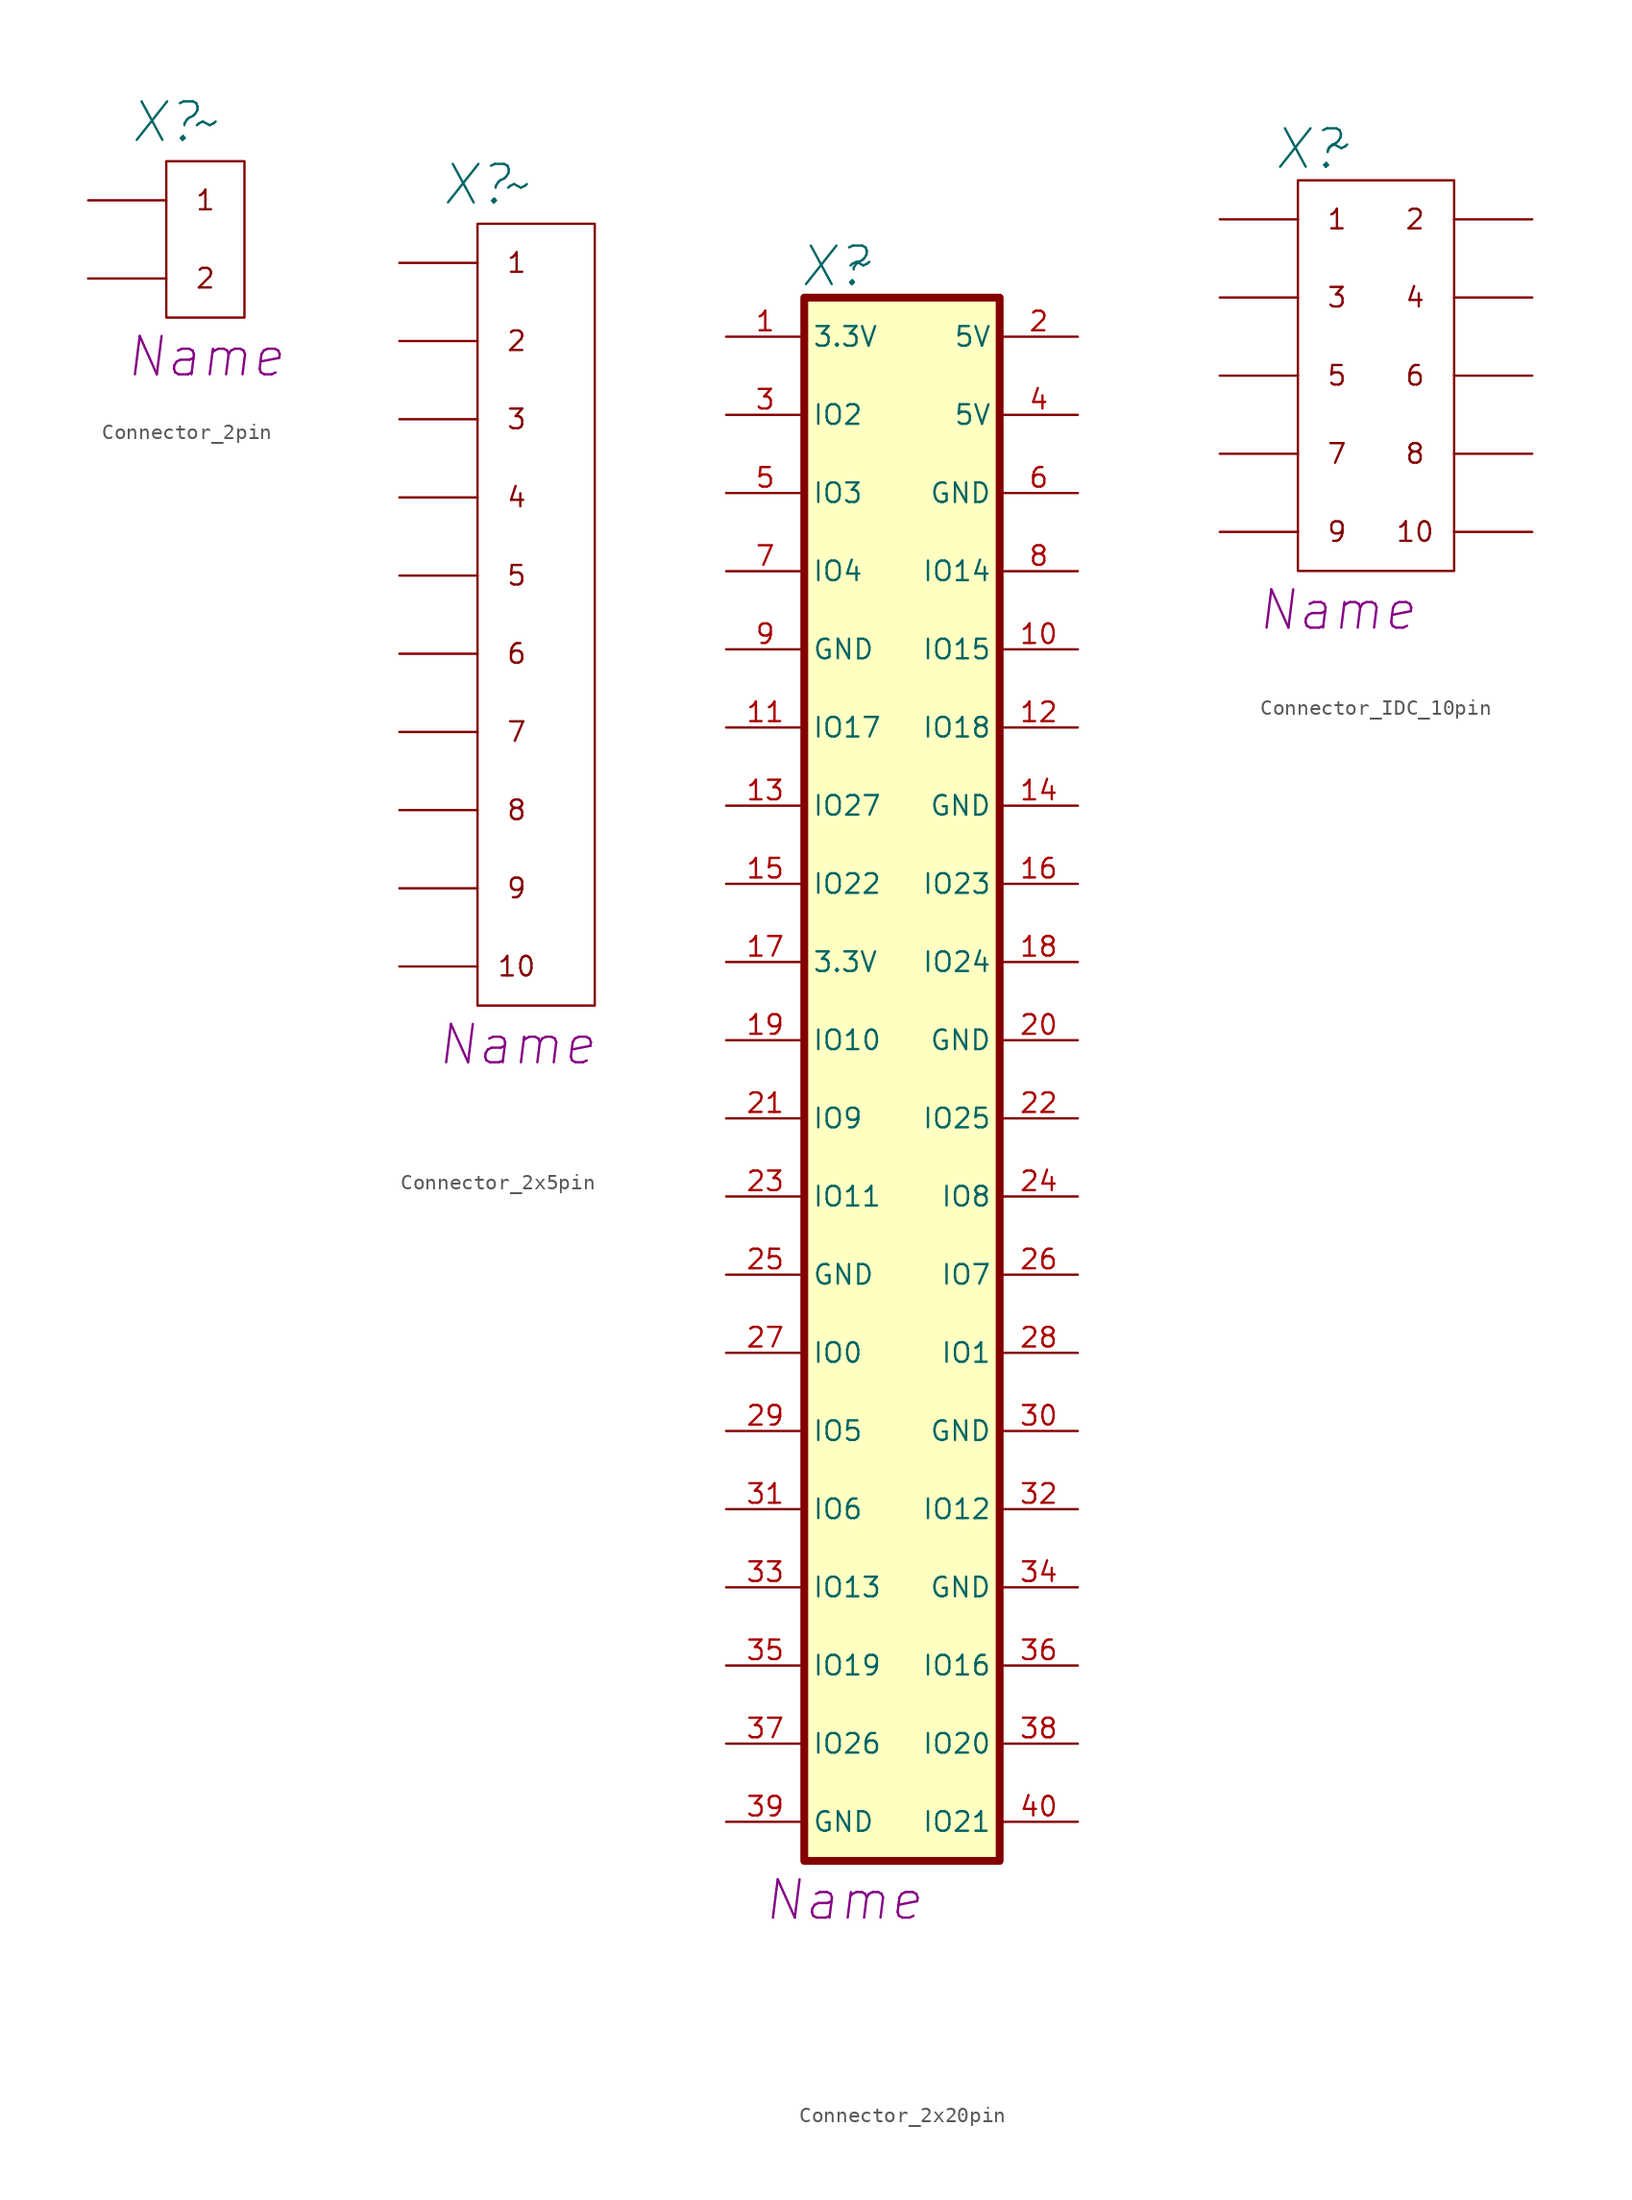
<source format=kicad_sym>
(kicad_symbol_lib
  (version 20241209)
  (generator "kicad_symbol_editor")
  (generator_version "9.0")
  (symbol "Connector_2pin"
    (pin_numbers
      (hide yes))
    (pin_names
      (offset 0.025)
      (hide yes))
    (property "Reference" "X"
      (at -2.54 5.08 0)
      (effects (font (size 2.5 2.5) (italic yes))))
    (property "Value" "~"
      (at 0 5.08 0)
      (effects (font (size 2.5 2.5) (italic yes))))
    (property "Name" "Name"
      (at 0 -10.16 0)
      (effects (font (size 2.489 2.489) (italic yes))))
    (symbol "Connector_2pin_0_0"
      (polyline (pts (xy -2.54 2.54) (xy 2.54 2.54) (xy 2.54 -7.62) (xy -2.54 -7.62) (xy -2.54 2.54)) (stroke (width 0) (type solid)) (fill (type none)))
      (text "1" (at 0 0 0) (effects (font (size 1.27 1.27))))
      (text "2" (at 0 -5.08 0) (effects (font (size 1.27 1.27)))))
    (symbol "Connector_2pin_1_1"
      (pin passive line (at -7.62 0 0) (length 5.08) (name "1" (effects (font (size 1.27 1.27)))) (number "1" (effects (font (size 1.27 1.27)))))
      (pin passive line (at -7.62 -5.08 0) (length 5.08) (name "2" (effects (font (size 1.27 1.27)))) (number "2" (effects (font (size 1.27 1.27)))))))
  (symbol "Connector_2x5pin"
    (pin_numbers
      (hide yes))
    (pin_names
      (offset 0.025)
      (hide yes))
    (property "Reference" "X"
      (at -2.54 15.24 0)
      (effects (font (size 2.5 2.5) (italic yes))))
    (property "Value" "~"
      (at 0 15.24 0)
      (effects (font (size 2.5 2.5) (italic yes))))
    (property "ConnectorName" "Name"
      (at 0 -40.64 0)
      (effects (font (size 2.489 2.489) (italic yes))))
    (symbol "Connector_2x5pin_0_0"
      (rectangle (start -2.54 12.7) (end 5.08 -38.1) (stroke (width 0) (type solid)) (fill (type none)))
      (text "1" (at 0 10.16 0) (effects (font (size 1.27 1.27))))
      (text "2" (at 0 5.08 0) (effects (font (size 1.27 1.27))))
      (text "4" (at 0 -5.08 0) (effects (font (size 1.27 1.27))))
      (text "5" (at 0 -10.16 0) (effects (font (size 1.27 1.27))))
      (text "6" (at 0 -15.24 0) (effects (font (size 1.27 1.27))))
      (text "7" (at 0 -20.32 0) (effects (font (size 1.27 1.27))))
      (text "8" (at 0 -25.4 0) (effects (font (size 1.27 1.27))))
      (text "9" (at 0 -30.48 0) (effects (font (size 1.27 1.27))))
      (text "10" (at 0 -35.56 0) (effects (font (size 1.27 1.27)))))
    (symbol "Connector_2x5pin_1_0"
      (text "3" (at 0 0 0) (effects (font (size 1.27 1.27)))))
    (symbol "Connector_2x5pin_1_1"
      (pin passive line (at -7.62 10.16 0) (length 5.08) (name "1" (effects (font (size 1.27 1.27)))) (number "1" (effects (font (size 1.27 1.27)))))
      (pin passive line (at -7.62 5.08 0) (length 5.08) (name "2" (effects (font (size 1.27 1.27)))) (number "2" (effects (font (size 1.27 1.27)))))
      (pin passive line (at -7.62 0 0) (length 5.08) (name "3" (effects (font (size 1.27 1.27)))) (number "3" (effects (font (size 1.27 1.27)))))
      (pin passive line (at -7.62 -5.08 0) (length 5.08) (name "4" (effects (font (size 1.27 1.27)))) (number "4" (effects (font (size 1.27 1.27)))))
      (pin passive line (at -7.62 -10.16 0) (length 5.08) (name "5" (effects (font (size 1.27 1.27)))) (number "5" (effects (font (size 1.27 1.27)))))
      (pin passive line (at -7.62 -15.24 0) (length 5.08) (name "6" (effects (font (size 1.27 1.27)))) (number "6" (effects (font (size 1.27 1.27)))))
      (pin passive line (at -7.62 -20.32 0) (length 5.08) (name "7" (effects (font (size 1.27 1.27)))) (number "7" (effects (font (size 1.27 1.27)))))
      (pin passive line (at -7.62 -25.4 0) (length 5.08) (name "8" (effects (font (size 1.27 1.27)))) (number "8" (effects (font (size 1.27 1.27)))))
      (pin passive line (at -7.62 -30.48 0) (length 5.08) (name "9" (effects (font (size 1.27 1.27)))) (number "9" (effects (font (size 1.27 1.27)))))
      (pin passive line (at -7.62 -35.56 0) (length 5.08) (name "10" (effects (font (size 1.27 1.27)))) (number "10" (effects (font (size 1.27 1.27)))))))
  (symbol "Connector_2x20pin"
    (property "Reference" "X"
      (at -5.588 27.432 0)
      (effects (font (size 2.5 2.5) (italic yes))))
    (property "Value" "~"
      (at -4.064 27.686 0)
      (effects (font (size 2.5 2.5) (italic yes))))
    (property "NameComponent" "Name"
      (at -5.08 -78.74 0)
      (effects (font (size 2.489 2.489) (italic yes))))
    (symbol "Connector_2x20pin_1_1"
      (rectangle (start -7.62 25.4) (end 5.08 -76.2) (stroke (width 0.508) (type solid)) (fill (type background)))
      (pin passive line (at -12.7 22.86 0) (length 5.08) (name "3.3V" (effects (font (size 1.27 1.27)))) (number "1" (effects (font (size 1.27 1.27)))))
      (pin passive line (at -12.7 17.78 0) (length 5.08) (name "IO2" (effects (font (size 1.27 1.27)))) (number "3" (effects (font (size 1.27 1.27)))))
      (pin passive line (at -12.7 12.7 0) (length 5.08) (name "IO3" (effects (font (size 1.27 1.27)))) (number "5" (effects (font (size 1.27 1.27)))))
      (pin passive line (at -12.7 7.62 0) (length 5.08) (name "IO4" (effects (font (size 1.27 1.27)))) (number "7" (effects (font (size 1.27 1.27)))))
      (pin passive line (at -12.7 2.54 0) (length 5.08) (name "GND" (effects (font (size 1.27 1.27)))) (number "9" (effects (font (size 1.27 1.27)))))
      (pin passive line (at -12.7 -2.54 0) (length 5.08) (name "IO17" (effects (font (size 1.27 1.27)))) (number "11" (effects (font (size 1.27 1.27)))))
      (pin passive line (at -12.7 -7.62 0) (length 5.08) (name "IO27" (effects (font (size 1.27 1.27)))) (number "13" (effects (font (size 1.27 1.27)))))
      (pin passive line (at -12.7 -12.7 0) (length 5.08) (name "IO22" (effects (font (size 1.27 1.27)))) (number "15" (effects (font (size 1.27 1.27)))))
      (pin passive line (at -12.7 -17.78 0) (length 5.08) (name "3.3V" (effects (font (size 1.27 1.27)))) (number "17" (effects (font (size 1.27 1.27)))))
      (pin passive line (at -12.7 -22.86 0) (length 5.08) (name "IO10" (effects (font (size 1.27 1.27)))) (number "19" (effects (font (size 1.27 1.27)))))
      (pin passive line (at -12.7 -27.94 0) (length 5.08) (name "IO9" (effects (font (size 1.27 1.27)))) (number "21" (effects (font (size 1.27 1.27)))))
      (pin passive line (at -12.7 -33.02 0) (length 5.08) (name "IO11" (effects (font (size 1.27 1.27)))) (number "23" (effects (font (size 1.27 1.27)))))
      (pin passive line (at -12.7 -38.1 0) (length 5.08) (name "GND" (effects (font (size 1.27 1.27)))) (number "25" (effects (font (size 1.27 1.27)))))
      (pin passive line (at -12.7 -43.18 0) (length 5.08) (name "IO0" (effects (font (size 1.27 1.27)))) (number "27" (effects (font (size 1.27 1.27)))))
      (pin passive line (at -12.7 -48.26 0) (length 5.08) (name "IO5" (effects (font (size 1.27 1.27)))) (number "29" (effects (font (size 1.27 1.27)))))
      (pin passive line (at -12.7 -53.34 0) (length 5.08) (name "IO6" (effects (font (size 1.27 1.27)))) (number "31" (effects (font (size 1.27 1.27)))))
      (pin passive line (at -12.7 -58.42 0) (length 5.08) (name "IO13" (effects (font (size 1.27 1.27)))) (number "33" (effects (font (size 1.27 1.27)))))
      (pin passive line (at -12.7 -63.5 0) (length 5.08) (name "IO19" (effects (font (size 1.27 1.27)))) (number "35" (effects (font (size 1.27 1.27)))))
      (pin passive line (at -12.7 -68.58 0) (length 5.08) (name "IO26" (effects (font (size 1.27 1.27)))) (number "37" (effects (font (size 1.27 1.27)))))
      (pin passive line (at -12.7 -73.66 0) (length 5.08) (name "GND" (effects (font (size 1.27 1.27)))) (number "39" (effects (font (size 1.27 1.27)))))
      (pin passive line (at 10.16 22.86 180) (length 5.08) (name "5V" (effects (font (size 1.27 1.27)))) (number "2" (effects (font (size 1.27 1.27)))))
      (pin passive line (at 10.16 17.78 180) (length 5.08) (name "5V" (effects (font (size 1.27 1.27)))) (number "4" (effects (font (size 1.27 1.27)))))
      (pin passive line (at 10.16 12.7 180) (length 5.08) (name "GND" (effects (font (size 1.27 1.27)))) (number "6" (effects (font (size 1.27 1.27)))))
      (pin passive line (at 10.16 7.62 180) (length 5.08) (name "IO14" (effects (font (size 1.27 1.27)))) (number "8" (effects (font (size 1.27 1.27)))))
      (pin passive line (at 10.16 2.54 180) (length 5.08) (name "IO15" (effects (font (size 1.27 1.27)))) (number "10" (effects (font (size 1.27 1.27)))))
      (pin passive line (at 10.16 -2.54 180) (length 5.08) (name "IO18" (effects (font (size 1.27 1.27)))) (number "12" (effects (font (size 1.27 1.27)))))
      (pin passive line (at 10.16 -7.62 180) (length 5.08) (name "GND" (effects (font (size 1.27 1.27)))) (number "14" (effects (font (size 1.27 1.27)))))
      (pin passive line (at 10.16 -12.7 180) (length 5.08) (name "IO23" (effects (font (size 1.27 1.27)))) (number "16" (effects (font (size 1.27 1.27)))))
      (pin passive line (at 10.16 -17.78 180) (length 5.08) (name "IO24" (effects (font (size 1.27 1.27)))) (number "18" (effects (font (size 1.27 1.27)))))
      (pin passive line (at 10.16 -22.86 180) (length 5.08) (name "GND" (effects (font (size 1.27 1.27)))) (number "20" (effects (font (size 1.27 1.27)))))
      (pin passive line (at 10.16 -27.94 180) (length 5.08) (name "IO25" (effects (font (size 1.27 1.27)))) (number "22" (effects (font (size 1.27 1.27)))))
      (pin passive line (at 10.16 -33.02 180) (length 5.08) (name "IO8" (effects (font (size 1.27 1.27)))) (number "24" (effects (font (size 1.27 1.27)))))
      (pin passive line (at 10.16 -38.1 180) (length 5.08) (name "IO7" (effects (font (size 1.27 1.27)))) (number "26" (effects (font (size 1.27 1.27)))))
      (pin passive line (at 10.16 -43.18 180) (length 5.08) (name "IO1" (effects (font (size 1.27 1.27)))) (number "28" (effects (font (size 1.27 1.27)))))
      (pin passive line (at 10.16 -48.26 180) (length 5.08) (name "GND" (effects (font (size 1.27 1.27)))) (number "30" (effects (font (size 1.27 1.27)))))
      (pin passive line (at 10.16 -53.34 180) (length 5.08) (name "IO12" (effects (font (size 1.27 1.27)))) (number "32" (effects (font (size 1.27 1.27)))))
      (pin passive line (at 10.16 -58.42 180) (length 5.08) (name "GND" (effects (font (size 1.27 1.27)))) (number "34" (effects (font (size 1.27 1.27)))))
      (pin passive line (at 10.16 -63.5 180) (length 5.08) (name "IO16" (effects (font (size 1.27 1.27)))) (number "36" (effects (font (size 1.27 1.27)))))
      (pin passive line (at 10.16 -68.58 180) (length 5.08) (name "IO20" (effects (font (size 1.27 1.27)))) (number "38" (effects (font (size 1.27 1.27)))))
      (pin passive line (at 10.16 -73.66 180) (length 5.08) (name "IO21" (effects (font (size 1.27 1.27)))) (number "40" (effects (font (size 1.27 1.27)))))))
  (symbol "Connector_IDC_10pin"
    (pin_numbers
      (hide yes))
    (pin_names
      (offset 0.025)
      (hide yes))
    (property "Reference" "X"
      (at -4.318 9.652 0)
      (effects (font (size 2.5 2.5) (italic yes))))
    (property "Value" "~"
      (at -2.54 9.906 0)
      (effects (font (size 2.5 2.5) (italic yes))))
    (property "Name" "Name"
      (at -2.54 -20.32 0)
      (effects (font (size 2.489 2.489) (italic yes))))
    (symbol "Connector_IDC_10pin_0_0"
      (text "1" (at -2.54 5.08 0) (effects (font (size 1.27 1.27))))
      (text "5" (at -2.54 -5.08 0) (effects (font (size 1.27 1.27))))
      (text "7" (at -2.54 -10.16 0) (effects (font (size 1.27 1.27))))
      (text "9" (at -2.54 -15.24 0) (effects (font (size 1.27 1.27))))
      (text "2" (at 2.54 5.08 0) (effects (font (size 1.27 1.27))))
      (text "4" (at 2.54 0 0) (effects (font (size 1.27 1.27))))
      (text "6" (at 2.54 -5.08 0) (effects (font (size 1.27 1.27))))
      (text "8" (at 2.54 -10.16 0) (effects (font (size 1.27 1.27))))
      (text "10" (at 2.54 -15.24 0) (effects (font (size 1.27 1.27)))))
    (symbol "Connector_IDC_10pin_0_1"
      (rectangle (start -5.08 7.62) (end 5.08 -17.78) (stroke (width 0) (type default)) (fill (type none))))
    (symbol "Connector_IDC_10pin_1_0"
      (text "3" (at -2.54 0 0) (effects (font (size 1.27 1.27)))))
    (symbol "Connector_IDC_10pin_1_1"
      (pin passive line (at -10.16 5.08 0) (length 5.08) (name "1" (effects (font (size 1.27 1.27)))) (number "1" (effects (font (size 1.27 1.27)))))
      (pin passive line (at -10.16 0 0) (length 5.08) (name "3" (effects (font (size 1.27 1.27)))) (number "3" (effects (font (size 1.27 1.27)))))
      (pin passive line (at -10.16 -5.08 0) (length 5.08) (name "5" (effects (font (size 1.27 1.27)))) (number "5" (effects (font (size 1.27 1.27)))))
      (pin passive line (at -10.16 -10.16 0) (length 5.08) (name "7" (effects (font (size 1.27 1.27)))) (number "7" (effects (font (size 1.27 1.27)))))
      (pin passive line (at -10.16 -15.24 0) (length 5.08) (name "9" (effects (font (size 1.27 1.27)))) (number "9" (effects (font (size 1.27 1.27)))))
      (pin passive line (at 10.16 5.08 180) (length 5.08) (name "2" (effects (font (size 1.27 1.27)))) (number "2" (effects (font (size 1.27 1.27)))))
      (pin passive line (at 10.16 0 180) (length 5.08) (name "4" (effects (font (size 1.27 1.27)))) (number "4" (effects (font (size 1.27 1.27)))))
      (pin passive line (at 10.16 -5.08 180) (length 5.08) (name "6" (effects (font (size 1.27 1.27)))) (number "6" (effects (font (size 1.27 1.27)))))
      (pin passive line (at 10.16 -10.16 180) (length 5.08) (name "8" (effects (font (size 1.27 1.27)))) (number "8" (effects (font (size 1.27 1.27)))))
      (pin passive line (at 10.16 -15.24 180) (length 5.08) (name "10" (effects (font (size 1.27 1.27)))) (number "10" (effects (font (size 1.27 1.27))))))))
</source>
